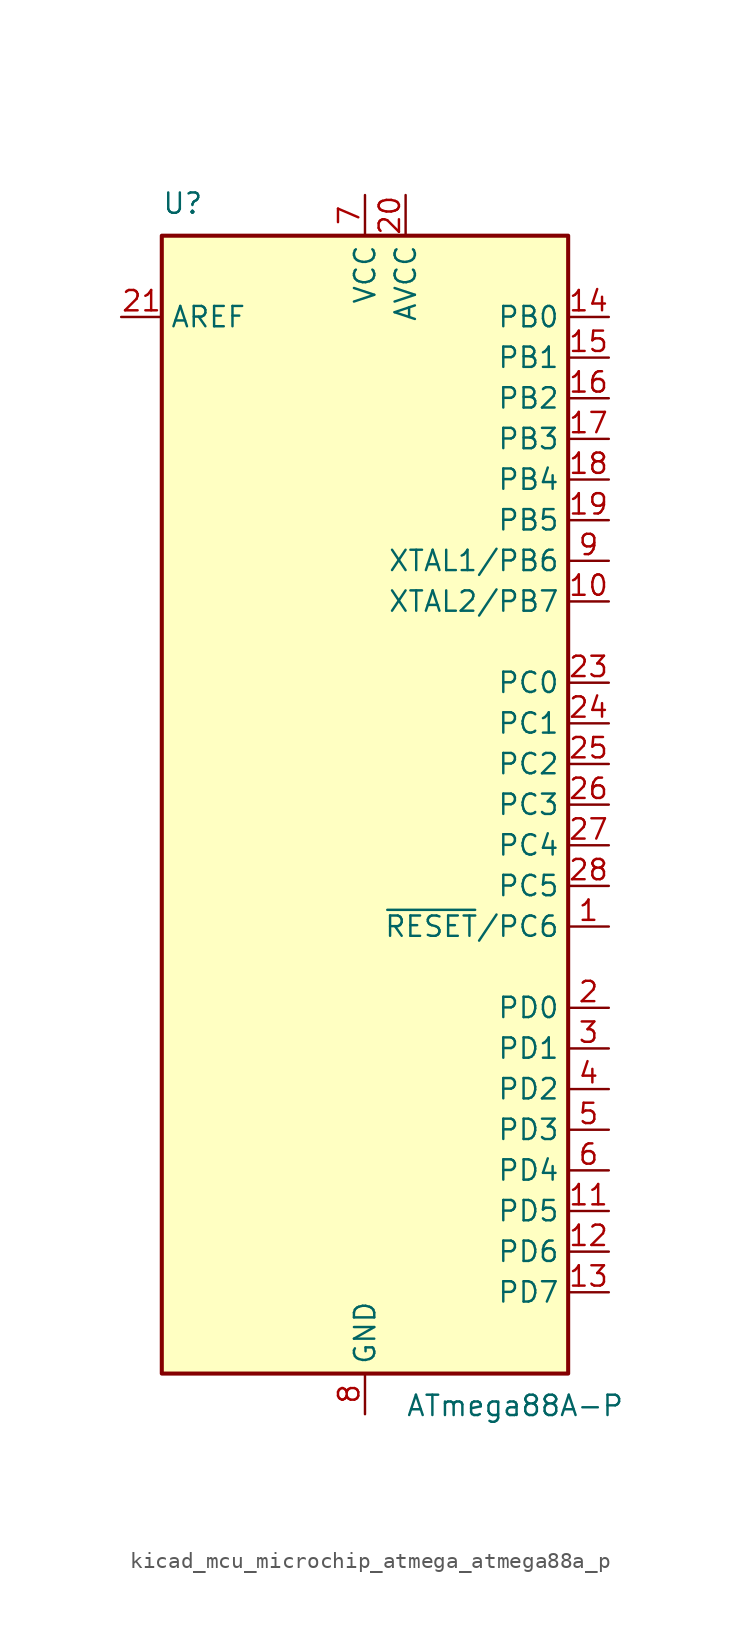
<source format=kicad_sym>
(kicad_symbol_lib
  (version 20220914)
  (generator kicad_symbol_editor)
  (symbol "kicad_mcu_microchip_atmega_atmega88a_p"
    (property "Reference" "U"
      (at -12.7 36.83 0)
      (effects (font (size 1.27 1.27)) (justify left bottom)))
    (property "Value" "ATmega88A-P"
      (at 2.54 -36.83 0)
      (effects (font (size 1.27 1.27)) (justify left top)))
    (symbol "kicad_mcu_microchip_atmega_atmega88a_p_0_1"
      (rectangle (start -12.7 -35.56) (end 12.7 35.56) (stroke (width 0.254) (type default)) (fill (type background))))
    (symbol "kicad_mcu_microchip_atmega_atmega88a_p_1_1"
      (pin bidirectional line (at 15.24 -7.62 180) (length 2.54) (name "~{RESET}/PC6" (effects (font (size 1.27 1.27)))) (number "1" (effects (font (size 1.27 1.27)))))
      (pin bidirectional line (at 15.24 12.7 180) (length 2.54) (name "XTAL2/PB7" (effects (font (size 1.27 1.27)))) (number "10" (effects (font (size 1.27 1.27)))))
      (pin bidirectional line (at 15.24 -25.4 180) (length 2.54) (name "PD5" (effects (font (size 1.27 1.27)))) (number "11" (effects (font (size 1.27 1.27)))))
      (pin bidirectional line (at 15.24 -27.94 180) (length 2.54) (name "PD6" (effects (font (size 1.27 1.27)))) (number "12" (effects (font (size 1.27 1.27)))))
      (pin bidirectional line (at 15.24 -30.48 180) (length 2.54) (name "PD7" (effects (font (size 1.27 1.27)))) (number "13" (effects (font (size 1.27 1.27)))))
      (pin bidirectional line (at 15.24 30.48 180) (length 2.54) (name "PB0" (effects (font (size 1.27 1.27)))) (number "14" (effects (font (size 1.27 1.27)))))
      (pin bidirectional line (at 15.24 27.94 180) (length 2.54) (name "PB1" (effects (font (size 1.27 1.27)))) (number "15" (effects (font (size 1.27 1.27)))))
      (pin bidirectional line (at 15.24 25.4 180) (length 2.54) (name "PB2" (effects (font (size 1.27 1.27)))) (number "16" (effects (font (size 1.27 1.27)))))
      (pin bidirectional line (at 15.24 22.86 180) (length 2.54) (name "PB3" (effects (font (size 1.27 1.27)))) (number "17" (effects (font (size 1.27 1.27)))))
      (pin bidirectional line (at 15.24 20.32 180) (length 2.54) (name "PB4" (effects (font (size 1.27 1.27)))) (number "18" (effects (font (size 1.27 1.27)))))
      (pin bidirectional line (at 15.24 17.78 180) (length 2.54) (name "PB5" (effects (font (size 1.27 1.27)))) (number "19" (effects (font (size 1.27 1.27)))))
      (pin bidirectional line (at 15.24 -12.7 180) (length 2.54) (name "PD0" (effects (font (size 1.27 1.27)))) (number "2" (effects (font (size 1.27 1.27)))))
      (pin power_in line (at 2.54 38.1 270) (length 2.54) (name "AVCC" (effects (font (size 1.27 1.27)))) (number "20" (effects (font (size 1.27 1.27)))))
      (pin passive line (at -15.24 30.48 0) (length 2.54) (name "AREF" (effects (font (size 1.27 1.27)))) (number "21" (effects (font (size 1.27 1.27)))))
      (pin passive line (at 0 -38.1 90) (length 2.54) hide (name "GND" (effects (font (size 1.27 1.27)))) (number "22" (effects (font (size 1.27 1.27)))))
      (pin bidirectional line (at 15.24 7.62 180) (length 2.54) (name "PC0" (effects (font (size 1.27 1.27)))) (number "23" (effects (font (size 1.27 1.27)))))
      (pin bidirectional line (at 15.24 5.08 180) (length 2.54) (name "PC1" (effects (font (size 1.27 1.27)))) (number "24" (effects (font (size 1.27 1.27)))))
      (pin bidirectional line (at 15.24 2.54 180) (length 2.54) (name "PC2" (effects (font (size 1.27 1.27)))) (number "25" (effects (font (size 1.27 1.27)))))
      (pin bidirectional line (at 15.24 0 180) (length 2.54) (name "PC3" (effects (font (size 1.27 1.27)))) (number "26" (effects (font (size 1.27 1.27)))))
      (pin bidirectional line (at 15.24 -2.54 180) (length 2.54) (name "PC4" (effects (font (size 1.27 1.27)))) (number "27" (effects (font (size 1.27 1.27)))))
      (pin bidirectional line (at 15.24 -5.08 180) (length 2.54) (name "PC5" (effects (font (size 1.27 1.27)))) (number "28" (effects (font (size 1.27 1.27)))))
      (pin bidirectional line (at 15.24 -15.24 180) (length 2.54) (name "PD1" (effects (font (size 1.27 1.27)))) (number "3" (effects (font (size 1.27 1.27)))))
      (pin bidirectional line (at 15.24 -17.78 180) (length 2.54) (name "PD2" (effects (font (size 1.27 1.27)))) (number "4" (effects (font (size 1.27 1.27)))))
      (pin bidirectional line (at 15.24 -20.32 180) (length 2.54) (name "PD3" (effects (font (size 1.27 1.27)))) (number "5" (effects (font (size 1.27 1.27)))))
      (pin bidirectional line (at 15.24 -22.86 180) (length 2.54) (name "PD4" (effects (font (size 1.27 1.27)))) (number "6" (effects (font (size 1.27 1.27)))))
      (pin power_in line (at 0 38.1 270) (length 2.54) (name "VCC" (effects (font (size 1.27 1.27)))) (number "7" (effects (font (size 1.27 1.27)))))
      (pin power_in line (at 0 -38.1 90) (length 2.54) (name "GND" (effects (font (size 1.27 1.27)))) (number "8" (effects (font (size 1.27 1.27)))))
      (pin bidirectional line (at 15.24 15.24 180) (length 2.54) (name "XTAL1/PB6" (effects (font (size 1.27 1.27)))) (number "9" (effects (font (size 1.27 1.27))))))))
</source>
